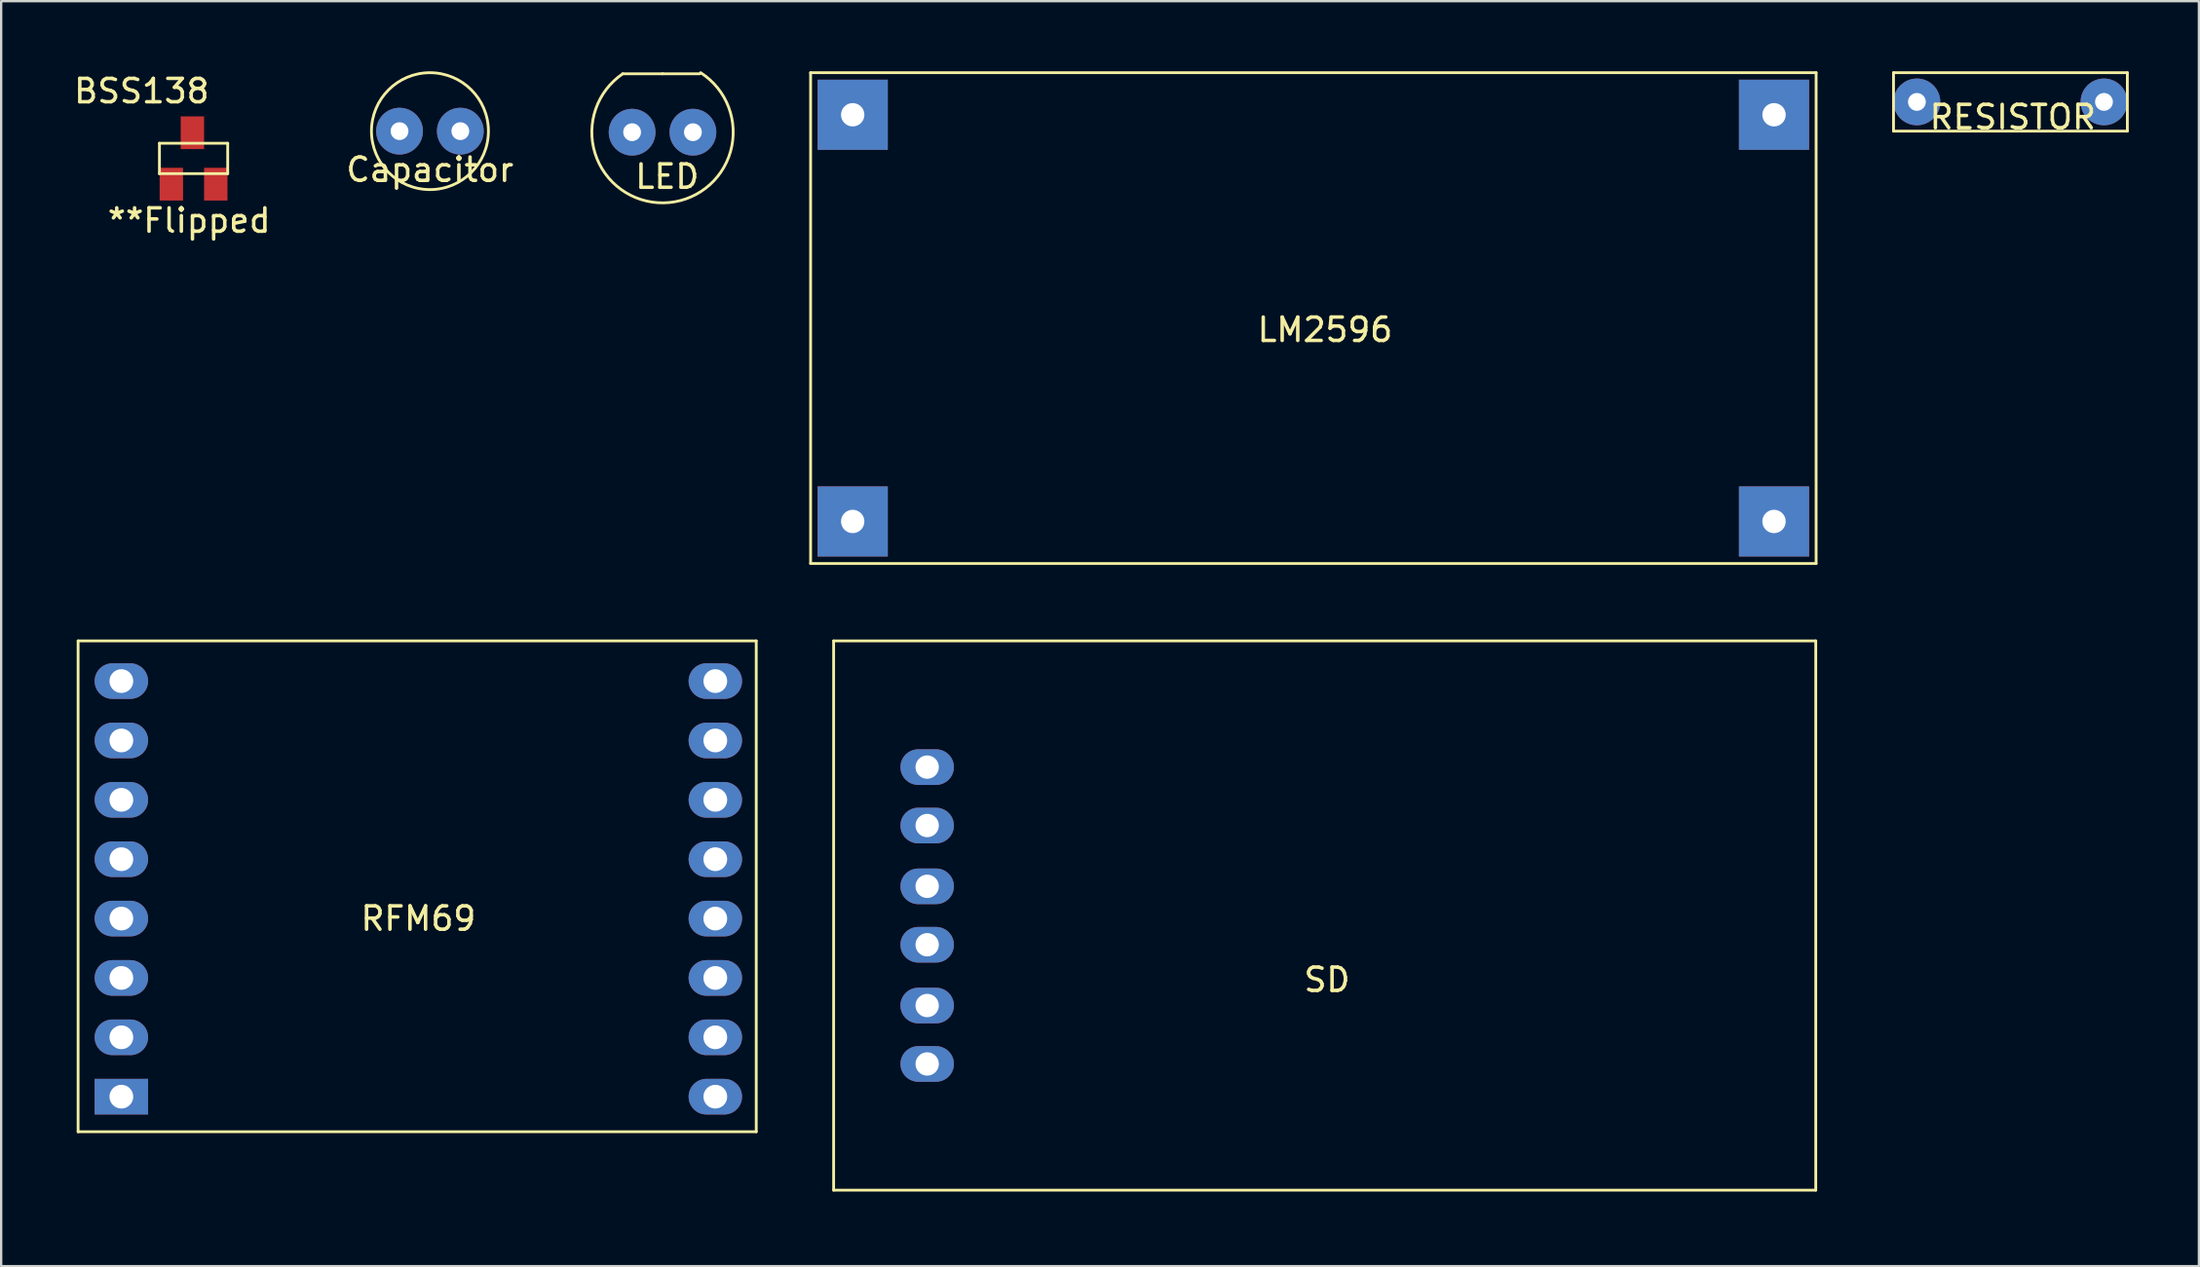
<source format=kicad_pcb>
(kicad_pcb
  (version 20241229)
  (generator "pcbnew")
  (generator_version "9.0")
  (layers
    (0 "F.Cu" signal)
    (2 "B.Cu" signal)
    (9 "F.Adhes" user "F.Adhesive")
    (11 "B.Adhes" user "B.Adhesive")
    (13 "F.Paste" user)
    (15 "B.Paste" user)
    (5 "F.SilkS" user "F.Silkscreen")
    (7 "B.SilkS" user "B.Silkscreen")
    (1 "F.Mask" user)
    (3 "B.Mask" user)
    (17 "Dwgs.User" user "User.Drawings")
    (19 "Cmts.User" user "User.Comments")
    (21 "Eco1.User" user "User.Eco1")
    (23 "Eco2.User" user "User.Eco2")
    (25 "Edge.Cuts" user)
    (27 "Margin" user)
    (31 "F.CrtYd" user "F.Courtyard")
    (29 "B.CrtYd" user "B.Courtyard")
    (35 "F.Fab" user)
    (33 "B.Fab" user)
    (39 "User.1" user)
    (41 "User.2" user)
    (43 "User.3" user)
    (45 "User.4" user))
  (footprint "RFM69"
    (layer "F.Cu")
    (at 0.25 45.43)
    (property "Reference" "RFM69" (at 14.59 -9.18 0) (layer "F.SilkS") (effects (font (size 1 1) (thickness 0.15))))
    (attr through_hole)
    (fp_line (start 0.04 -21.06) (end 0.04 -0.06) (stroke (width 0.12) (type solid)) (layer "F.SilkS"))
    (fp_line (start 0.04 -0.06) (end 29.04 -0.06) (stroke (width 0.12) (type solid)) (layer "F.SilkS"))
    (fp_line (start 29.04 -21.06) (end 0.04 -21.06) (stroke (width 0.12) (type solid)) (layer "F.SilkS"))
    (fp_line (start 29.04 -0.06) (end 29.04 -21.06) (stroke (width 0.12) (type solid)) (layer "F.SilkS"))
    (pad "1" thru_hole rect (at 1.89 -1.56) (size 2.286 1.524) (drill 1.016) (layers "*.Cu" "*.Mask"))
    (pad "2" thru_hole oval (at 1.89 -4.1) (size 2.286 1.524) (drill 1.016) (layers "*.Cu" "*.Mask"))
    (pad "3" thru_hole oval (at 1.89 -6.64) (size 2.286 1.524) (drill 1.016) (layers "*.Cu" "*.Mask"))
    (pad "4" thru_hole oval (at 1.89 -9.18) (size 2.286 1.524) (drill 1.016) (layers "*.Cu" "*.Mask"))
    (pad "5" thru_hole oval (at 1.89 -11.72) (size 2.286 1.524) (drill 1.016) (layers "*.Cu" "*.Mask"))
    (pad "6" thru_hole oval (at 1.89 -14.26) (size 2.286 1.524) (drill 1.016) (layers "*.Cu" "*.Mask"))
    (pad "7" thru_hole oval (at 1.89 -16.8) (size 2.286 1.524) (drill 1.016) (layers "*.Cu" "*.Mask"))
    (pad "8" thru_hole oval (at 1.89 -19.34) (size 2.286 1.524) (drill 1.016) (layers "*.Cu" "*.Mask"))
    (pad "9" thru_hole oval (at 27.29 -1.56) (size 2.286 1.524) (drill 1.016) (layers "*.Cu" "*.Mask"))
    (pad "10" thru_hole oval (at 27.29 -4.1) (size 2.286 1.524) (drill 1.016) (layers "*.Cu" "*.Mask"))
    (pad "11" thru_hole oval (at 27.29 -6.64) (size 2.286 1.524) (drill 1.016) (layers "*.Cu" "*.Mask"))
    (pad "12" thru_hole oval (at 27.29 -9.18) (size 2.286 1.524) (drill 1.016) (layers "*.Cu" "*.Mask"))
    (pad "13" thru_hole oval (at 27.29 -11.72) (size 2.286 1.524) (drill 1.016) (layers "*.Cu" "*.Mask"))
    (pad "14" thru_hole oval (at 27.29 -14.26) (size 2.286 1.524) (drill 1.016) (layers "*.Cu" "*.Mask"))
    (pad "15" thru_hole oval (at 27.29 -16.8) (size 2.286 1.524) (drill 1.016) (layers "*.Cu" "*.Mask"))
    (pad "16" thru_hole oval (at 27.29 -19.34) (size 2.286 1.524) (drill 1.016) (layers "*.Cu" "*.Mask")))
  (footprint "BSS138"
    (layer "F.Cu")
    (at 3.768 4.379)
    (property "Reference" "BSS138" (at -0.762 -3.531 0) (layer "F.SilkS") (effects (font (size 1 1) (thickness 0.15))))
    (attr through_hole)
    (fp_line (start 0 -1.3) (end 0 0) (stroke (width 0.12) (type solid)) (layer "F.SilkS"))
    (fp_line (start 0 -1.3) (end 2.92 -1.3) (stroke (width 0.12) (type solid)) (layer "F.SilkS"))
    (fp_line (start 0 0) (end 2.92 0) (stroke (width 0.12) (type solid)) (layer "F.SilkS"))
    (fp_line (start 2.92 -1.3) (end 2.92 0) (stroke (width 0.12) (type solid)) (layer "F.SilkS"))
    (fp_text user "**Flipped" (at 1.27 2.007 0) (layer "F.SilkS") (effects (font (size 1 1) (thickness 0.15))))
    (pad "1" smd rect (at 2.41 0.45) (size 1 1.4) (layers "F.Cu" "F.Mask" "F.Paste"))
    (pad "2" smd rect (at 0.51 0.45) (size 1 1.4) (layers "F.Cu" "F.Mask" "F.Paste"))
    (pad "3" smd rect (at 1.41 -1.75) (size 1 1.4) (layers "F.Cu" "F.Mask" "F.Paste")))
  (footprint "RESISTOR"
    (layer "F.Cu")
    (at 77.925 2.56)
    (property "Reference" "RESISTOR" (at 5.1 -0.6 0) (layer "F.SilkS") (effects (font (size 1 1) (thickness 0.15))))
    (attr through_hole)
    (fp_line (start 0 -2.5) (end 10 -2.5) (stroke (width 0.12) (type solid)) (layer "F.SilkS"))
    (fp_line (start 0 0) (end 0 -2.5) (stroke (width 0.12) (type solid)) (layer "F.SilkS"))
    (fp_line (start 10 -2.5) (end 10 0) (stroke (width 0.12) (type solid)) (layer "F.SilkS"))
    (fp_line (start 10 0) (end 0 0) (stroke (width 0.12) (type solid)) (layer "F.SilkS"))
    (pad "1" thru_hole circle (at 1 -1.25) (size 2 2) (drill 0.762) (layers "*.Cu" "*.Mask"))
    (pad "2" thru_hole circle (at 9 -1.25) (size 2 2) (drill 0.762) (layers "*.Cu" "*.Mask")))
  (footprint "SD"
    (layer "F.Cu")
    (at 32.6 47.87)
    (property "Reference" "SD" (at 21.1 -9 0) (layer "F.SilkS") (effects (font (size 1 1) (thickness 0.15))))
    (attr through_hole)
    (fp_line (start 0 -23.5) (end 42 -23.5) (stroke (width 0.12) (type solid)) (layer "F.SilkS"))
    (fp_line (start 0 0) (end 0 -23.5) (stroke (width 0.12) (type solid)) (layer "F.SilkS"))
    (fp_line (start 42 -23.5) (end 42 0) (stroke (width 0.12) (type solid)) (layer "F.SilkS"))
    (fp_line (start 42 0) (end 0 0) (stroke (width 0.12) (type solid)) (layer "F.SilkS"))
    (pad "1" thru_hole oval (at 4 -5.4) (size 2.286 1.524) (drill 1) (layers "*.Cu" "*.Mask"))
    (pad "2" thru_hole oval (at 4 -7.9) (size 2.286 1.524) (drill 1) (layers "*.Cu" "*.Mask"))
    (pad "3" thru_hole oval (at 4 -10.5) (size 2.286 1.524) (drill 1) (layers "*.Cu" "*.Mask"))
    (pad "4" thru_hole oval (at 4 -13) (size 2.286 1.524) (drill 1) (layers "*.Cu" "*.Mask"))
    (pad "5" thru_hole oval (at 4 -15.6) (size 2.286 1.524) (drill 1) (layers "*.Cu" "*.Mask"))
    (pad "6" thru_hole oval (at 4 -18.1) (size 2.286 1.524) (drill 1) (layers "*.Cu" "*.Mask")))
  (footprint "Capacitor"
    (layer "F.Cu")
    (at 12.786 5.111)
    (property "Reference" "Capacitor" (at 2.55 -0.9 0) (layer "F.SilkS") (effects (font (size 1 1) (thickness 0.15))))
    (attr through_hole)
    (fp_circle (center 2.55 -2.55) (end 0.05 -2.6) (stroke (width 0.12) (type solid)) (fill no) (layer "F.SilkS"))
    (pad "1" thru_hole circle (at 1.25 -2.55) (size 2 2) (drill 0.762) (layers "*.Cu" "*.Mask"))
    (pad "2" thru_hole circle (at 3.85 -2.55) (size 2 2) (drill 0.762) (layers "*.Cu" "*.Mask")))
  (footprint "LM2596"
    (layer "F.Cu")
    (at 31.615 21.06)
    (property "Reference" "LM2596" (at 22 -10 0) (layer "F.SilkS") (effects (font (size 1 1) (thickness 0.15))))
    (attr through_hole)
    (fp_line (start 0 -21) (end 43 -21) (stroke (width 0.12) (type solid)) (layer "F.SilkS"))
    (fp_line (start 0 0) (end 0 -21) (stroke (width 0.12) (type solid)) (layer "F.SilkS"))
    (fp_line (start 43 -21) (end 43 0) (stroke (width 0.12) (type solid)) (layer "F.SilkS"))
    (fp_line (start 43 0) (end 0 0) (stroke (width 0.12) (type solid)) (layer "F.SilkS"))
    (pad "1" thru_hole rect (at 1.8 -19.2) (size 3 3) (drill 1) (layers "*.Cu" "*.Mask"))
    (pad "2" thru_hole rect (at 1.8 -1.8) (size 3 3) (drill 1) (layers "*.Cu" "*.Mask"))
    (pad "3" thru_hole rect (at 41.2 -19.2) (size 3 3) (drill 1) (layers "*.Cu" "*.Mask"))
    (pad "4" thru_hole rect (at 41.2 -1.8) (size 3 3) (drill 1) (layers "*.Cu" "*.Mask")))
  (footprint "LED"
    (layer "F.Cu")
    (at 22.282 5.606)
    (property "Reference" "LED" (at 3.2 -1.1 0) (layer "F.SilkS") (effects (font (size 1 1) (thickness 0.15))))
    (attr through_hole)
    (fp_line (start 3 -5.5) (end 1.3 -5.5) (stroke (width 0.12) (type solid)) (layer "F.SilkS"))
    (fp_line (start 3 -5.5) (end 4.6 -5.5) (stroke (width 0.12) (type solid)) (layer "F.SilkS"))
    (fp_arc (start 4.62969 -5.54639) (mid 3.042117 0.022949) (end 1.300001 -5.499999) (stroke (width 0.12) (type solid)) (layer "F.SilkS"))
    (pad "1" thru_hole circle (at 1.7 -3) (size 2 2) (drill 0.762) (layers "*.Cu" "*.Mask"))
    (pad "2" thru_hole circle (at 4.3 -3) (size 2 2) (drill 0.762) (layers "*.Cu" "*.Mask")))
  (gr_rect
    (start -3 -3)
    (end 90.985 51.12)
    (stroke (width 0.1) (type default))
    (fill no)
    (layer "Edge.Cuts")))
</source>
